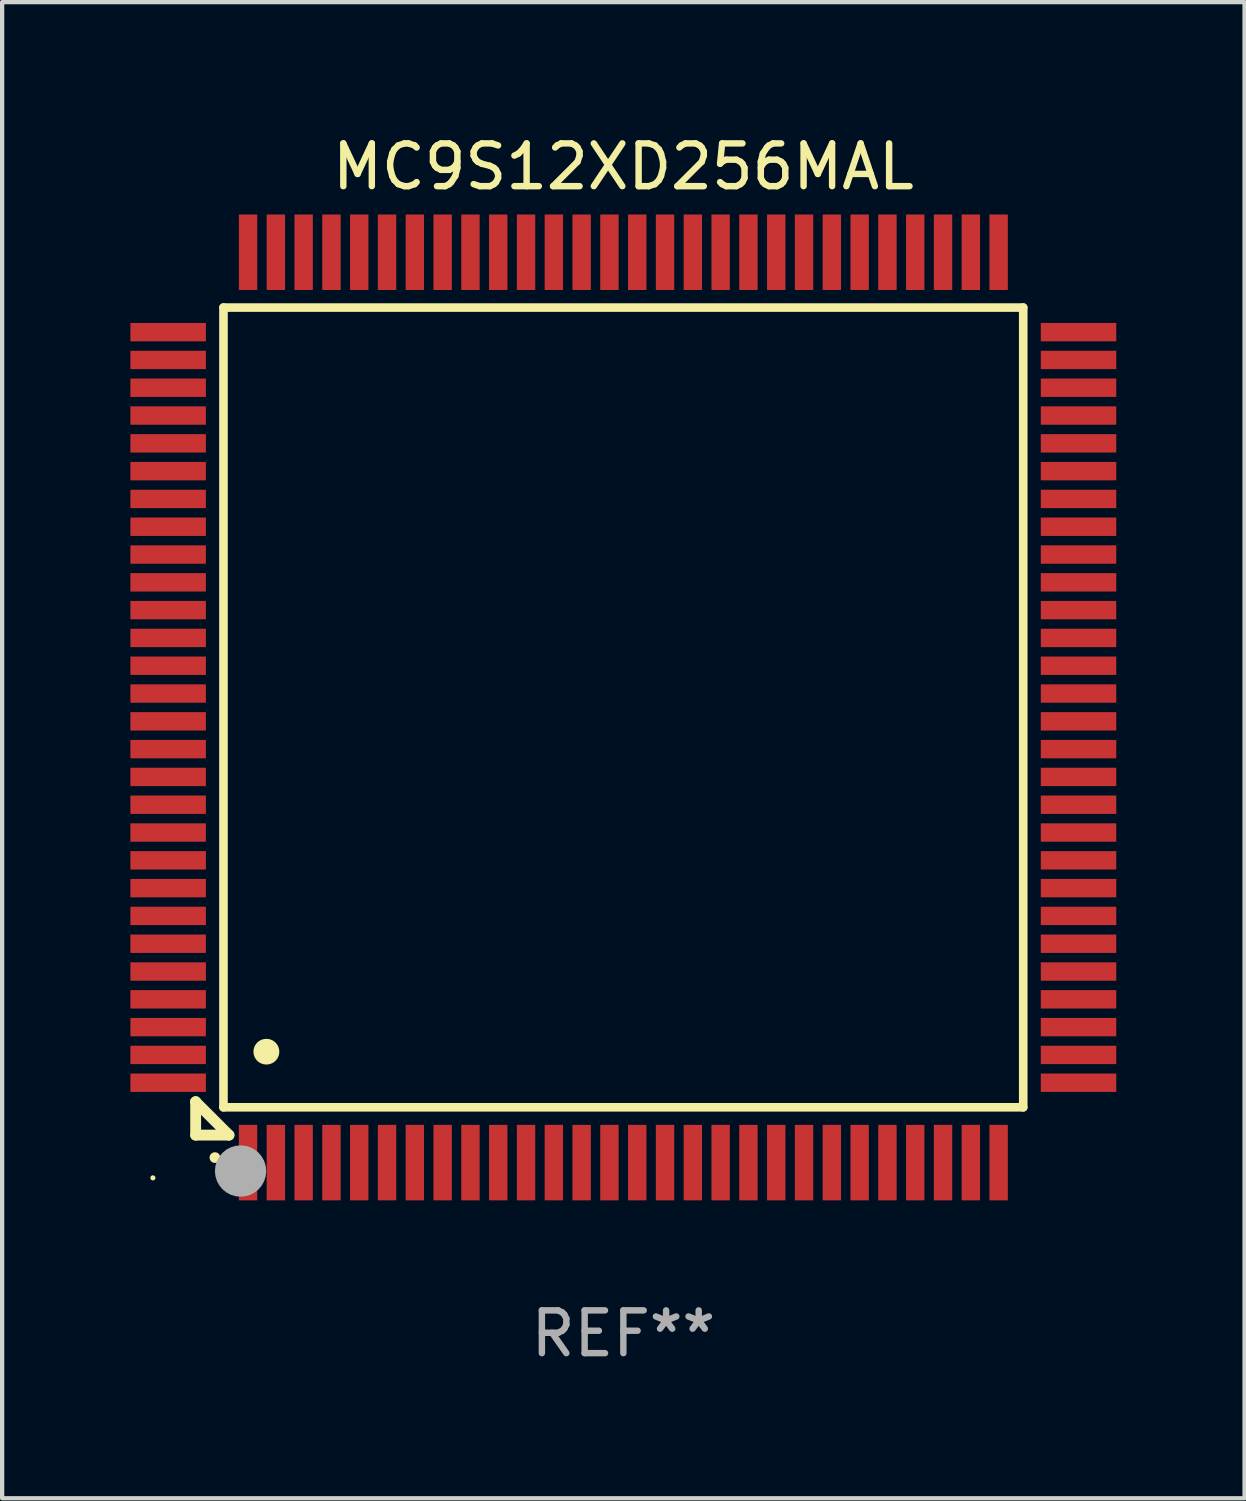
<source format=kicad_pcb>
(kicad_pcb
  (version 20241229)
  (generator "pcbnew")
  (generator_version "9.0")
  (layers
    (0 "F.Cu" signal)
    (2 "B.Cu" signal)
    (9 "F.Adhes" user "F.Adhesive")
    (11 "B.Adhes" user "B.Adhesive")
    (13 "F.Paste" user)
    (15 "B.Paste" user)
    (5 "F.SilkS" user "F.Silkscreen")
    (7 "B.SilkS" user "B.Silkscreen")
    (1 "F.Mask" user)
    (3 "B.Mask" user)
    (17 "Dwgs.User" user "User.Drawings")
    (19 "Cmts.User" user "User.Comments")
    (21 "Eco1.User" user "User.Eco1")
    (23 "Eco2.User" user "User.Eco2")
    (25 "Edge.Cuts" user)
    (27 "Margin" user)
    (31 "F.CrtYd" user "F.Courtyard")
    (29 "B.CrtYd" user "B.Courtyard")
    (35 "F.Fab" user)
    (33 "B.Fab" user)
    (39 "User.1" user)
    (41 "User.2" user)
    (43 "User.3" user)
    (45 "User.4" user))
  (footprint "MC9S12XD256MAL"
    (layer "F.Cu")
    (at 11.525 13.491)
    (property "Reference" "MC9S12XD256MAL" (at 0 -12.643 0) (layer "F.SilkS") (effects (font (size 1 1) (thickness 0.15))))
    (attr through_hole)
    (fp_line (start -10 9.221) (end -10 9.221) (stroke (width 0.254) (type solid)) (layer "F.SilkS"))
    (fp_line (start -10 9.221) (end -10 10) (stroke (width 0.254) (type solid)) (layer "F.SilkS"))
    (fp_line (start -10 9.221) (end -9.221 10) (stroke (width 0.254) (type solid)) (layer "F.SilkS"))
    (fp_line (start -10 10) (end -9.221 10) (stroke (width 0.254) (type solid)) (layer "F.SilkS"))
    (fp_line (start -9.35 -9.35) (end -9.35 9.35) (stroke (width 0.201) (type solid)) (layer "F.SilkS"))
    (fp_line (start -9.35 9.35) (end 9.35 9.35) (stroke (width 0.201) (type solid)) (layer "F.SilkS"))
    (fp_line (start 9.35 -9.35) (end -9.35 -9.35) (stroke (width 0.201) (type solid)) (layer "F.SilkS"))
    (fp_line (start 9.35 9.35) (end 9.35 -9.35) (stroke (width 0.201) (type solid)) (layer "F.SilkS"))
    (fp_arc (start -9.550546 10.525832) (mid -9.549276 10.525826) (end -9.548006 10.525832) (stroke (width 0.24892) (type solid)) (layer "F.SilkS"))
    (fp_arc (start -8.349124 8.049327) (mid -8.346584 8.049316) (end -8.344044 8.049327) (stroke (width 0.599441) (type solid)) (layer "F.SilkS"))
    (fp_circle (center -11 11) (end -10.97 11) (stroke (width 0.06) (type solid)) (fill no) (layer "F.SilkS"))
    (fp_circle (center -8.95 10.84) (end -8.65 10.84) (stroke (width 0.6) (type solid)) (fill no) (layer "F.Fab"))
    (fp_text user "REF**" (at 0 14.643 0) (layer "F.Fab") (effects (font (size 1 1) (thickness 0.15))))
    (pad "1" smd rect (at -8.775 10.643) (size 0.43 1.765) (layers "F.Cu" "F.Mask" "F.Paste"))
    (pad "2" smd rect (at -8.125 10.643) (size 0.43 1.765) (layers "F.Cu" "F.Mask" "F.Paste"))
    (pad "3" smd rect (at -7.475 10.643) (size 0.43 1.765) (layers "F.Cu" "F.Mask" "F.Paste"))
    (pad "4" smd rect (at -6.825 10.643) (size 0.43 1.765) (layers "F.Cu" "F.Mask" "F.Paste"))
    (pad "5" smd rect (at -6.175 10.643) (size 0.43 1.765) (layers "F.Cu" "F.Mask" "F.Paste"))
    (pad "6" smd rect (at -5.525 10.643) (size 0.43 1.765) (layers "F.Cu" "F.Mask" "F.Paste"))
    (pad "7" smd rect (at -4.875 10.643) (size 0.43 1.765) (layers "F.Cu" "F.Mask" "F.Paste"))
    (pad "8" smd rect (at -4.225 10.643) (size 0.43 1.765) (layers "F.Cu" "F.Mask" "F.Paste"))
    (pad "9" smd rect (at -3.575 10.643) (size 0.43 1.765) (layers "F.Cu" "F.Mask" "F.Paste"))
    (pad "10" smd rect (at -2.925 10.643) (size 0.43 1.765) (layers "F.Cu" "F.Mask" "F.Paste"))
    (pad "11" smd rect (at -2.275 10.643) (size 0.43 1.765) (layers "F.Cu" "F.Mask" "F.Paste"))
    (pad "12" smd rect (at -1.625 10.643) (size 0.43 1.765) (layers "F.Cu" "F.Mask" "F.Paste"))
    (pad "13" smd rect (at -0.975 10.643) (size 0.43 1.765) (layers "F.Cu" "F.Mask" "F.Paste"))
    (pad "14" smd rect (at -0.325 10.643) (size 0.43 1.765) (layers "F.Cu" "F.Mask" "F.Paste"))
    (pad "15" smd rect (at 0.325 10.643) (size 0.43 1.765) (layers "F.Cu" "F.Mask" "F.Paste"))
    (pad "16" smd rect (at 0.975 10.643) (size 0.43 1.765) (layers "F.Cu" "F.Mask" "F.Paste"))
    (pad "17" smd rect (at 1.625 10.643) (size 0.43 1.765) (layers "F.Cu" "F.Mask" "F.Paste"))
    (pad "18" smd rect (at 2.275 10.643) (size 0.43 1.765) (layers "F.Cu" "F.Mask" "F.Paste"))
    (pad "19" smd rect (at 2.925 10.643) (size 0.43 1.765) (layers "F.Cu" "F.Mask" "F.Paste"))
    (pad "20" smd rect (at 3.575 10.643) (size 0.43 1.765) (layers "F.Cu" "F.Mask" "F.Paste"))
    (pad "21" smd rect (at 4.225 10.643) (size 0.43 1.765) (layers "F.Cu" "F.Mask" "F.Paste"))
    (pad "22" smd rect (at 4.875 10.643) (size 0.43 1.765) (layers "F.Cu" "F.Mask" "F.Paste"))
    (pad "23" smd rect (at 5.525 10.643) (size 0.43 1.765) (layers "F.Cu" "F.Mask" "F.Paste"))
    (pad "24" smd rect (at 6.175 10.643) (size 0.43 1.765) (layers "F.Cu" "F.Mask" "F.Paste"))
    (pad "25" smd rect (at 6.825 10.643) (size 0.43 1.765) (layers "F.Cu" "F.Mask" "F.Paste"))
    (pad "26" smd rect (at 7.475 10.643) (size 0.43 1.765) (layers "F.Cu" "F.Mask" "F.Paste"))
    (pad "27" smd rect (at 8.125 10.643) (size 0.43 1.765) (layers "F.Cu" "F.Mask" "F.Paste"))
    (pad "28" smd rect (at 8.775 10.643) (size 0.43 1.765) (layers "F.Cu" "F.Mask" "F.Paste"))
    (pad "29" smd rect (at 10.643 8.775) (size 1.765 0.43) (layers "F.Cu" "F.Mask" "F.Paste"))
    (pad "30" smd rect (at 10.643 8.125) (size 1.765 0.43) (layers "F.Cu" "F.Mask" "F.Paste"))
    (pad "31" smd rect (at 10.643 7.475) (size 1.765 0.43) (layers "F.Cu" "F.Mask" "F.Paste"))
    (pad "32" smd rect (at 10.643 6.825) (size 1.765 0.43) (layers "F.Cu" "F.Mask" "F.Paste"))
    (pad "33" smd rect (at 10.643 6.175) (size 1.765 0.43) (layers "F.Cu" "F.Mask" "F.Paste"))
    (pad "34" smd rect (at 10.643 5.525) (size 1.765 0.43) (layers "F.Cu" "F.Mask" "F.Paste"))
    (pad "35" smd rect (at 10.643 4.875) (size 1.765 0.43) (layers "F.Cu" "F.Mask" "F.Paste"))
    (pad "36" smd rect (at 10.643 4.225) (size 1.765 0.43) (layers "F.Cu" "F.Mask" "F.Paste"))
    (pad "37" smd rect (at 10.643 3.575) (size 1.765 0.43) (layers "F.Cu" "F.Mask" "F.Paste"))
    (pad "38" smd rect (at 10.643 2.925) (size 1.765 0.43) (layers "F.Cu" "F.Mask" "F.Paste"))
    (pad "39" smd rect (at 10.643 2.275) (size 1.765 0.43) (layers "F.Cu" "F.Mask" "F.Paste"))
    (pad "40" smd rect (at 10.643 1.625) (size 1.765 0.43) (layers "F.Cu" "F.Mask" "F.Paste"))
    (pad "41" smd rect (at 10.643 0.975) (size 1.765 0.43) (layers "F.Cu" "F.Mask" "F.Paste"))
    (pad "42" smd rect (at 10.643 0.325) (size 1.765 0.43) (layers "F.Cu" "F.Mask" "F.Paste"))
    (pad "43" smd rect (at 10.643 -0.325) (size 1.765 0.43) (layers "F.Cu" "F.Mask" "F.Paste"))
    (pad "44" smd rect (at 10.643 -0.975) (size 1.765 0.43) (layers "F.Cu" "F.Mask" "F.Paste"))
    (pad "45" smd rect (at 10.643 -1.625) (size 1.765 0.43) (layers "F.Cu" "F.Mask" "F.Paste"))
    (pad "46" smd rect (at 10.643 -2.275) (size 1.765 0.43) (layers "F.Cu" "F.Mask" "F.Paste"))
    (pad "47" smd rect (at 10.643 -2.925) (size 1.765 0.43) (layers "F.Cu" "F.Mask" "F.Paste"))
    (pad "48" smd rect (at 10.643 -3.575) (size 1.765 0.43) (layers "F.Cu" "F.Mask" "F.Paste"))
    (pad "49" smd rect (at 10.643 -4.225) (size 1.765 0.43) (layers "F.Cu" "F.Mask" "F.Paste"))
    (pad "50" smd rect (at 10.643 -4.875) (size 1.765 0.43) (layers "F.Cu" "F.Mask" "F.Paste"))
    (pad "51" smd rect (at 10.643 -5.525) (size 1.765 0.43) (layers "F.Cu" "F.Mask" "F.Paste"))
    (pad "52" smd rect (at 10.643 -6.175) (size 1.765 0.43) (layers "F.Cu" "F.Mask" "F.Paste"))
    (pad "53" smd rect (at 10.643 -6.825) (size 1.765 0.43) (layers "F.Cu" "F.Mask" "F.Paste"))
    (pad "54" smd rect (at 10.643 -7.475) (size 1.765 0.43) (layers "F.Cu" "F.Mask" "F.Paste"))
    (pad "55" smd rect (at 10.643 -8.125) (size 1.765 0.43) (layers "F.Cu" "F.Mask" "F.Paste"))
    (pad "56" smd rect (at 10.643 -8.775) (size 1.765 0.43) (layers "F.Cu" "F.Mask" "F.Paste"))
    (pad "57" smd rect (at 8.775 -10.643) (size 0.43 1.765) (layers "F.Cu" "F.Mask" "F.Paste"))
    (pad "58" smd rect (at 8.125 -10.643) (size 0.43 1.765) (layers "F.Cu" "F.Mask" "F.Paste"))
    (pad "59" smd rect (at 7.475 -10.643) (size 0.43 1.765) (layers "F.Cu" "F.Mask" "F.Paste"))
    (pad "60" smd rect (at 6.825 -10.643) (size 0.43 1.765) (layers "F.Cu" "F.Mask" "F.Paste"))
    (pad "61" smd rect (at 6.175 -10.643) (size 0.43 1.765) (layers "F.Cu" "F.Mask" "F.Paste"))
    (pad "62" smd rect (at 5.525 -10.643) (size 0.43 1.765) (layers "F.Cu" "F.Mask" "F.Paste"))
    (pad "63" smd rect (at 4.875 -10.643) (size 0.43 1.765) (layers "F.Cu" "F.Mask" "F.Paste"))
    (pad "64" smd rect (at 4.225 -10.643) (size 0.43 1.765) (layers "F.Cu" "F.Mask" "F.Paste"))
    (pad "65" smd rect (at 3.575 -10.643) (size 0.43 1.765) (layers "F.Cu" "F.Mask" "F.Paste"))
    (pad "66" smd rect (at 2.925 -10.643) (size 0.43 1.765) (layers "F.Cu" "F.Mask" "F.Paste"))
    (pad "67" smd rect (at 2.275 -10.643) (size 0.43 1.765) (layers "F.Cu" "F.Mask" "F.Paste"))
    (pad "68" smd rect (at 1.625 -10.643) (size 0.43 1.765) (layers "F.Cu" "F.Mask" "F.Paste"))
    (pad "69" smd rect (at 0.975 -10.643) (size 0.43 1.765) (layers "F.Cu" "F.Mask" "F.Paste"))
    (pad "70" smd rect (at 0.325 -10.643) (size 0.43 1.765) (layers "F.Cu" "F.Mask" "F.Paste"))
    (pad "71" smd rect (at -0.325 -10.643) (size 0.43 1.765) (layers "F.Cu" "F.Mask" "F.Paste"))
    (pad "72" smd rect (at -0.975 -10.643) (size 0.43 1.765) (layers "F.Cu" "F.Mask" "F.Paste"))
    (pad "73" smd rect (at -1.625 -10.643) (size 0.43 1.765) (layers "F.Cu" "F.Mask" "F.Paste"))
    (pad "74" smd rect (at -2.275 -10.643) (size 0.43 1.765) (layers "F.Cu" "F.Mask" "F.Paste"))
    (pad "75" smd rect (at -2.925 -10.643) (size 0.43 1.765) (layers "F.Cu" "F.Mask" "F.Paste"))
    (pad "76" smd rect (at -3.575 -10.643) (size 0.43 1.765) (layers "F.Cu" "F.Mask" "F.Paste"))
    (pad "77" smd rect (at -4.225 -10.643) (size 0.43 1.765) (layers "F.Cu" "F.Mask" "F.Paste"))
    (pad "78" smd rect (at -4.875 -10.643) (size 0.43 1.765) (layers "F.Cu" "F.Mask" "F.Paste"))
    (pad "79" smd rect (at -5.525 -10.643) (size 0.43 1.765) (layers "F.Cu" "F.Mask" "F.Paste"))
    (pad "80" smd rect (at -6.175 -10.643) (size 0.43 1.765) (layers "F.Cu" "F.Mask" "F.Paste"))
    (pad "81" smd rect (at -6.825 -10.643) (size 0.43 1.765) (layers "F.Cu" "F.Mask" "F.Paste"))
    (pad "82" smd rect (at -7.475 -10.643) (size 0.43 1.765) (layers "F.Cu" "F.Mask" "F.Paste"))
    (pad "83" smd rect (at -8.125 -10.643) (size 0.43 1.765) (layers "F.Cu" "F.Mask" "F.Paste"))
    (pad "84" smd rect (at -8.775 -10.643) (size 0.43 1.765) (layers "F.Cu" "F.Mask" "F.Paste"))
    (pad "85" smd rect (at -10.643 -8.775) (size 1.765 0.43) (layers "F.Cu" "F.Mask" "F.Paste"))
    (pad "86" smd rect (at -10.643 -8.125) (size 1.765 0.43) (layers "F.Cu" "F.Mask" "F.Paste"))
    (pad "87" smd rect (at -10.643 -7.475) (size 1.765 0.43) (layers "F.Cu" "F.Mask" "F.Paste"))
    (pad "88" smd rect (at -10.643 -6.825) (size 1.765 0.43) (layers "F.Cu" "F.Mask" "F.Paste"))
    (pad "89" smd rect (at -10.643 -6.175) (size 1.765 0.43) (layers "F.Cu" "F.Mask" "F.Paste"))
    (pad "90" smd rect (at -10.643 -5.525) (size 1.765 0.43) (layers "F.Cu" "F.Mask" "F.Paste"))
    (pad "91" smd rect (at -10.643 -4.875) (size 1.765 0.43) (layers "F.Cu" "F.Mask" "F.Paste"))
    (pad "92" smd rect (at -10.643 -4.225) (size 1.765 0.43) (layers "F.Cu" "F.Mask" "F.Paste"))
    (pad "93" smd rect (at -10.643 -3.575) (size 1.765 0.43) (layers "F.Cu" "F.Mask" "F.Paste"))
    (pad "94" smd rect (at -10.643 -2.925) (size 1.765 0.43) (layers "F.Cu" "F.Mask" "F.Paste"))
    (pad "95" smd rect (at -10.643 -2.275) (size 1.765 0.43) (layers "F.Cu" "F.Mask" "F.Paste"))
    (pad "96" smd rect (at -10.643 -1.625) (size 1.765 0.43) (layers "F.Cu" "F.Mask" "F.Paste"))
    (pad "97" smd rect (at -10.643 -0.975) (size 1.765 0.43) (layers "F.Cu" "F.Mask" "F.Paste"))
    (pad "98" smd rect (at -10.643 -0.325) (size 1.765 0.43) (layers "F.Cu" "F.Mask" "F.Paste"))
    (pad "99" smd rect (at -10.643 0.325) (size 1.765 0.43) (layers "F.Cu" "F.Mask" "F.Paste"))
    (pad "100" smd rect (at -10.643 0.975) (size 1.765 0.43) (layers "F.Cu" "F.Mask" "F.Paste"))
    (pad "101" smd rect (at -10.643 1.625) (size 1.765 0.43) (layers "F.Cu" "F.Mask" "F.Paste"))
    (pad "102" smd rect (at -10.643 2.275) (size 1.765 0.43) (layers "F.Cu" "F.Mask" "F.Paste"))
    (pad "103" smd rect (at -10.643 2.925) (size 1.765 0.43) (layers "F.Cu" "F.Mask" "F.Paste"))
    (pad "104" smd rect (at -10.643 3.575) (size 1.765 0.43) (layers "F.Cu" "F.Mask" "F.Paste"))
    (pad "105" smd rect (at -10.643 4.225) (size 1.765 0.43) (layers "F.Cu" "F.Mask" "F.Paste"))
    (pad "106" smd rect (at -10.643 4.875) (size 1.765 0.43) (layers "F.Cu" "F.Mask" "F.Paste"))
    (pad "107" smd rect (at -10.643 5.525) (size 1.765 0.43) (layers "F.Cu" "F.Mask" "F.Paste"))
    (pad "108" smd rect (at -10.643 6.175) (size 1.765 0.43) (layers "F.Cu" "F.Mask" "F.Paste"))
    (pad "109" smd rect (at -10.643 6.825) (size 1.765 0.43) (layers "F.Cu" "F.Mask" "F.Paste"))
    (pad "110" smd rect (at -10.643 7.475) (size 1.765 0.43) (layers "F.Cu" "F.Mask" "F.Paste"))
    (pad "111" smd rect (at -10.643 8.125) (size 1.765 0.43) (layers "F.Cu" "F.Mask" "F.Paste"))
    (pad "112" smd rect (at -10.643 8.775) (size 1.765 0.43) (layers "F.Cu" "F.Mask" "F.Paste")))
  (gr_rect
    (start -3 -3)
    (end 26.05 31.982)
    (stroke (width 0.1) (type default))
    (fill no)
    (layer "Edge.Cuts")))
</source>
